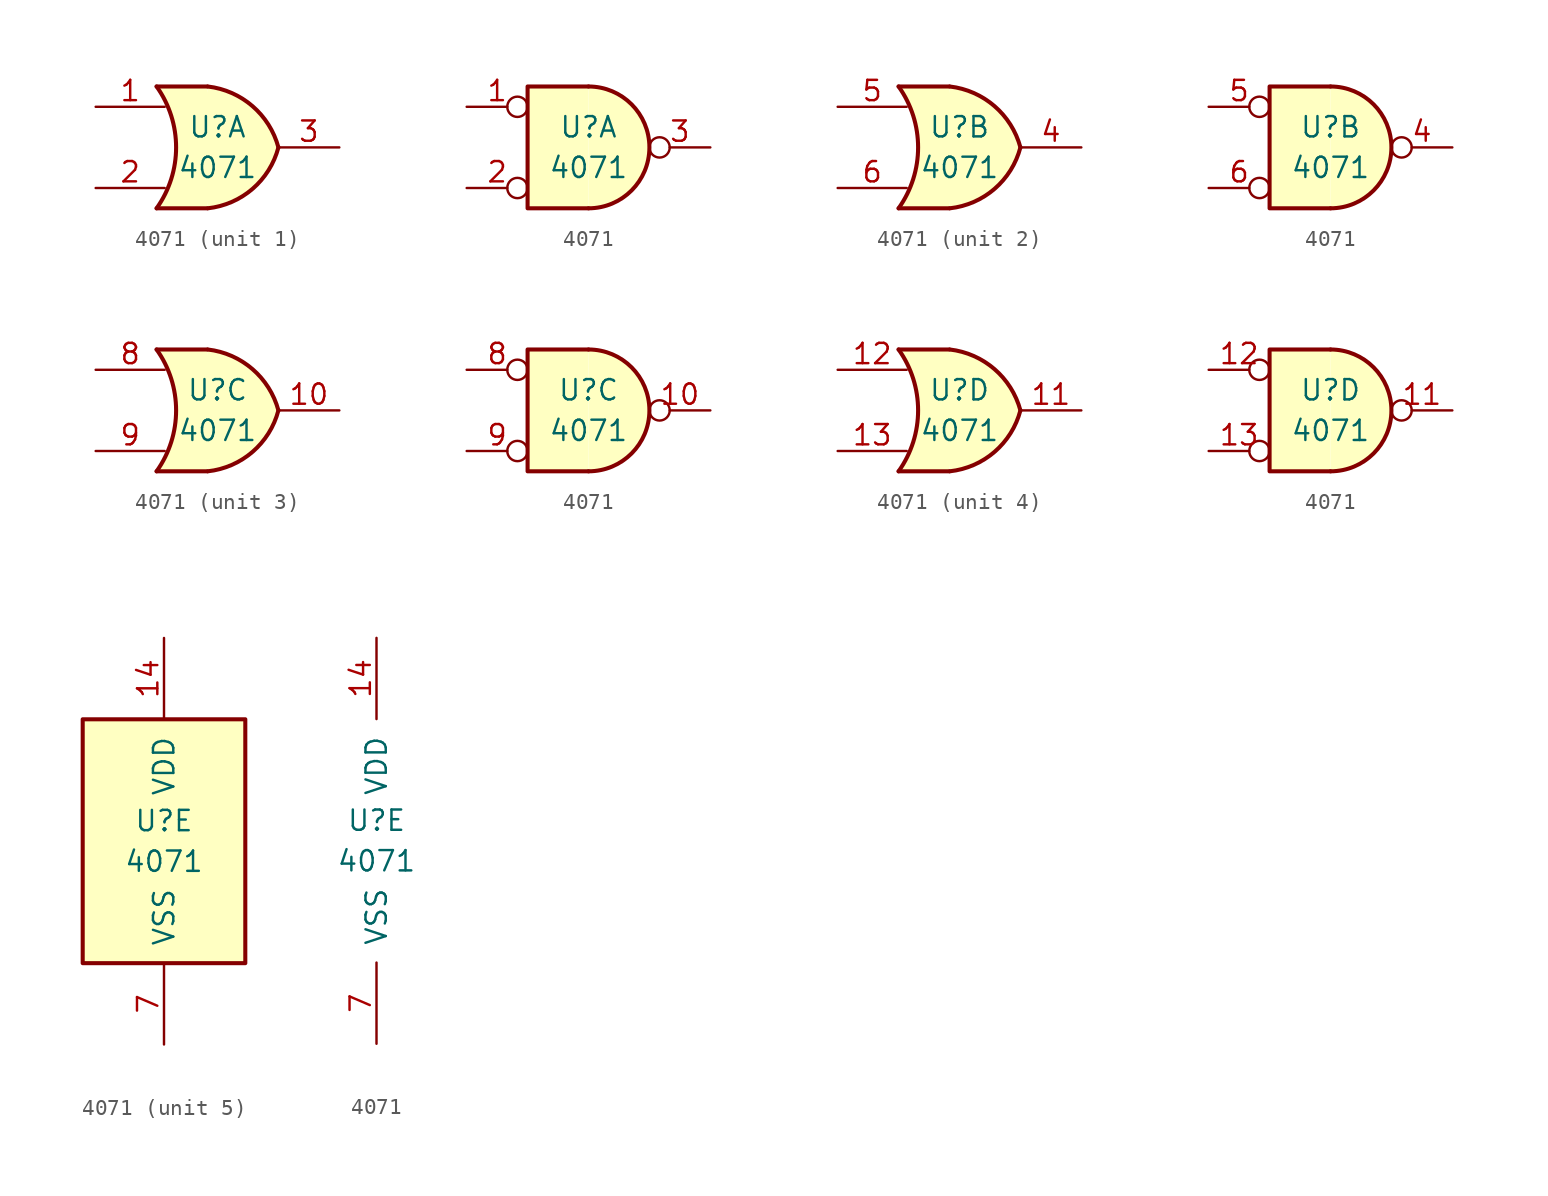
<source format=kicad_sym>
(kicad_symbol_lib
  (version 20201005)
  (generator kicad_symbol_editor)
  (symbol "4xxx:4071"
    (pin_names
      (offset 1.016))
    (property "Reference" "U"
      (at 0 1.27 0)
      (effects (font (size 1.27 1.27))))
    (property "Value" "4071"
      (at 0 -1.27 0)
      (effects (font (size 1.27 1.27))))
    (property "ki_locked" ""
      (at 0 0 0)
      (effects (font (size 1.27 1.27))))
    (symbol "4071_1_1"
      (arc (start -3.81 3.81) (end -3.81 -3.81) (radius (at -9.144 0) (length 6.5532) (angles 35.4 -35.4)) (stroke (width 0.254)) (fill (type none)))
      (arc (start 3.81 0) (end -0.6096 3.81) (radius (at -1.1938 -1.3208) (length 5.1816) (angles 15 83.7)) (stroke (width 0.254)) (fill (type background)))
      (arc (start 3.81 0) (end -0.6096 -3.81) (radius (at -1.1938 1.3208) (length 5.1816) (angles -15 -83.7)) (stroke (width 0.254)) (fill (type background)))
      (polyline (pts (xy -3.81 -3.81) (xy -0.635 -3.81)) (stroke (width 0.254)) (fill (type background)))
      (polyline (pts (xy -3.81 3.81) (xy -0.635 3.81)) (stroke (width 0.254)) (fill (type background)))
      (polyline (pts (xy -0.635 3.81) (xy -3.81 3.81) (xy -3.81 3.81) (xy -3.556 3.404) (xy -3.023 2.261) (xy -2.692 1.041) (xy -2.616 -0.254) (xy -2.769 -1.499) (xy -3.175 -2.718) (xy -3.81 -3.81) (xy -3.81 -3.81) (xy -0.635 -3.81)) (stroke (width -25.4)) (fill (type background)))
      (pin input line (at -7.62 2.54 0) (length 4.318) (name "~" (effects (font (size 1.27 1.27)))) (number "1" (effects (font (size 1.27 1.27)))))
      (pin input line (at -7.62 -2.54 0) (length 4.318) (name "~" (effects (font (size 1.27 1.27)))) (number "2" (effects (font (size 1.27 1.27)))))
      (pin output line (at 7.62 0 180) (length 3.81) (name "~" (effects (font (size 1.27 1.27)))) (number "3" (effects (font (size 1.27 1.27))))))
    (symbol "4071_1_2"
      (arc (start 0 -3.81) (end 0 3.81) (radius (at 0 0) (length 3.81) (angles -89.9 89.9)) (stroke (width 0.254)) (fill (type background)))
      (polyline (pts (xy 0 3.81) (xy -3.81 3.81) (xy -3.81 -3.81) (xy 0 -3.81)) (stroke (width 0.254)) (fill (type background)))
      (pin input inverted (at -7.62 2.54 0) (length 3.81) (name "~" (effects (font (size 1.27 1.27)))) (number "1" (effects (font (size 1.27 1.27)))))
      (pin input inverted (at -7.62 -2.54 0) (length 3.81) (name "~" (effects (font (size 1.27 1.27)))) (number "2" (effects (font (size 1.27 1.27)))))
      (pin output inverted (at 7.62 0 180) (length 3.81) (name "~" (effects (font (size 1.27 1.27)))) (number "3" (effects (font (size 1.27 1.27))))))
    (symbol "4071_2_1"
      (arc (start -3.81 3.81) (end -3.81 -3.81) (radius (at -9.144 0) (length 6.5532) (angles 35.4 -35.4)) (stroke (width 0.254)) (fill (type none)))
      (arc (start 3.81 0) (end -0.6096 3.81) (radius (at -1.1938 -1.3208) (length 5.1816) (angles 15 83.7)) (stroke (width 0.254)) (fill (type background)))
      (arc (start 3.81 0) (end -0.6096 -3.81) (radius (at -1.1938 1.3208) (length 5.1816) (angles -15 -83.7)) (stroke (width 0.254)) (fill (type background)))
      (polyline (pts (xy -3.81 -3.81) (xy -0.635 -3.81)) (stroke (width 0.254)) (fill (type background)))
      (polyline (pts (xy -3.81 3.81) (xy -0.635 3.81)) (stroke (width 0.254)) (fill (type background)))
      (polyline (pts (xy -0.635 3.81) (xy -3.81 3.81) (xy -3.81 3.81) (xy -3.556 3.404) (xy -3.023 2.261) (xy -2.692 1.041) (xy -2.616 -0.254) (xy -2.769 -1.499) (xy -3.175 -2.718) (xy -3.81 -3.81) (xy -3.81 -3.81) (xy -0.635 -3.81)) (stroke (width -25.4)) (fill (type background)))
      (pin output line (at 7.62 0 180) (length 3.81) (name "~" (effects (font (size 1.27 1.27)))) (number "4" (effects (font (size 1.27 1.27)))))
      (pin input line (at -7.62 2.54 0) (length 4.318) (name "~" (effects (font (size 1.27 1.27)))) (number "5" (effects (font (size 1.27 1.27)))))
      (pin input line (at -7.62 -2.54 0) (length 4.318) (name "~" (effects (font (size 1.27 1.27)))) (number "6" (effects (font (size 1.27 1.27))))))
    (symbol "4071_2_2"
      (arc (start 0 -3.81) (end 0 3.81) (radius (at 0 0) (length 3.81) (angles -89.9 89.9)) (stroke (width 0.254)) (fill (type background)))
      (polyline (pts (xy 0 3.81) (xy -3.81 3.81) (xy -3.81 -3.81) (xy 0 -3.81)) (stroke (width 0.254)) (fill (type background)))
      (pin output inverted (at 7.62 0 180) (length 3.81) (name "~" (effects (font (size 1.27 1.27)))) (number "4" (effects (font (size 1.27 1.27)))))
      (pin input inverted (at -7.62 2.54 0) (length 3.81) (name "~" (effects (font (size 1.27 1.27)))) (number "5" (effects (font (size 1.27 1.27)))))
      (pin input inverted (at -7.62 -2.54 0) (length 3.81) (name "~" (effects (font (size 1.27 1.27)))) (number "6" (effects (font (size 1.27 1.27))))))
    (symbol "4071_3_1"
      (arc (start -3.81 3.81) (end -3.81 -3.81) (radius (at -9.144 0) (length 6.5532) (angles 35.4 -35.4)) (stroke (width 0.254)) (fill (type none)))
      (arc (start 3.81 0) (end -0.6096 3.81) (radius (at -1.1938 -1.3208) (length 5.1816) (angles 15 83.7)) (stroke (width 0.254)) (fill (type background)))
      (arc (start 3.81 0) (end -0.6096 -3.81) (radius (at -1.1938 1.3208) (length 5.1816) (angles -15 -83.7)) (stroke (width 0.254)) (fill (type background)))
      (polyline (pts (xy -3.81 -3.81) (xy -0.635 -3.81)) (stroke (width 0.254)) (fill (type background)))
      (polyline (pts (xy -3.81 3.81) (xy -0.635 3.81)) (stroke (width 0.254)) (fill (type background)))
      (polyline (pts (xy -0.635 3.81) (xy -3.81 3.81) (xy -3.81 3.81) (xy -3.556 3.404) (xy -3.023 2.261) (xy -2.692 1.041) (xy -2.616 -0.254) (xy -2.769 -1.499) (xy -3.175 -2.718) (xy -3.81 -3.81) (xy -3.81 -3.81) (xy -0.635 -3.81)) (stroke (width -25.4)) (fill (type background)))
      (pin output line (at 7.62 0 180) (length 3.81) (name "~" (effects (font (size 1.27 1.27)))) (number "10" (effects (font (size 1.27 1.27)))))
      (pin input line (at -7.62 2.54 0) (length 4.318) (name "~" (effects (font (size 1.27 1.27)))) (number "8" (effects (font (size 1.27 1.27)))))
      (pin input line (at -7.62 -2.54 0) (length 4.318) (name "~" (effects (font (size 1.27 1.27)))) (number "9" (effects (font (size 1.27 1.27))))))
    (symbol "4071_3_2"
      (arc (start 0 -3.81) (end 0 3.81) (radius (at 0 0) (length 3.81) (angles -89.9 89.9)) (stroke (width 0.254)) (fill (type background)))
      (polyline (pts (xy 0 3.81) (xy -3.81 3.81) (xy -3.81 -3.81) (xy 0 -3.81)) (stroke (width 0.254)) (fill (type background)))
      (pin output inverted (at 7.62 0 180) (length 3.81) (name "~" (effects (font (size 1.27 1.27)))) (number "10" (effects (font (size 1.27 1.27)))))
      (pin input inverted (at -7.62 2.54 0) (length 3.81) (name "~" (effects (font (size 1.27 1.27)))) (number "8" (effects (font (size 1.27 1.27)))))
      (pin input inverted (at -7.62 -2.54 0) (length 3.81) (name "~" (effects (font (size 1.27 1.27)))) (number "9" (effects (font (size 1.27 1.27))))))
    (symbol "4071_4_1"
      (arc (start -3.81 3.81) (end -3.81 -3.81) (radius (at -9.144 0) (length 6.5532) (angles 35.4 -35.4)) (stroke (width 0.254)) (fill (type none)))
      (arc (start 3.81 0) (end -0.6096 3.81) (radius (at -1.1938 -1.3208) (length 5.1816) (angles 15 83.7)) (stroke (width 0.254)) (fill (type background)))
      (arc (start 3.81 0) (end -0.6096 -3.81) (radius (at -1.1938 1.3208) (length 5.1816) (angles -15 -83.7)) (stroke (width 0.254)) (fill (type background)))
      (polyline (pts (xy -3.81 -3.81) (xy -0.635 -3.81)) (stroke (width 0.254)) (fill (type background)))
      (polyline (pts (xy -3.81 3.81) (xy -0.635 3.81)) (stroke (width 0.254)) (fill (type background)))
      (polyline (pts (xy -0.635 3.81) (xy -3.81 3.81) (xy -3.81 3.81) (xy -3.556 3.404) (xy -3.023 2.261) (xy -2.692 1.041) (xy -2.616 -0.254) (xy -2.769 -1.499) (xy -3.175 -2.718) (xy -3.81 -3.81) (xy -3.81 -3.81) (xy -0.635 -3.81)) (stroke (width -25.4)) (fill (type background)))
      (pin output line (at 7.62 0 180) (length 3.81) (name "~" (effects (font (size 1.27 1.27)))) (number "11" (effects (font (size 1.27 1.27)))))
      (pin input line (at -7.62 2.54 0) (length 4.318) (name "~" (effects (font (size 1.27 1.27)))) (number "12" (effects (font (size 1.27 1.27)))))
      (pin input line (at -7.62 -2.54 0) (length 4.318) (name "~" (effects (font (size 1.27 1.27)))) (number "13" (effects (font (size 1.27 1.27))))))
    (symbol "4071_4_2"
      (arc (start 0 -3.81) (end 0 3.81) (radius (at 0 0) (length 3.81) (angles -89.9 89.9)) (stroke (width 0.254)) (fill (type background)))
      (polyline (pts (xy 0 3.81) (xy -3.81 3.81) (xy -3.81 -3.81) (xy 0 -3.81)) (stroke (width 0.254)) (fill (type background)))
      (pin output inverted (at 7.62 0 180) (length 3.81) (name "~" (effects (font (size 1.27 1.27)))) (number "11" (effects (font (size 1.27 1.27)))))
      (pin input inverted (at -7.62 2.54 0) (length 3.81) (name "~" (effects (font (size 1.27 1.27)))) (number "12" (effects (font (size 1.27 1.27)))))
      (pin input inverted (at -7.62 -2.54 0) (length 3.81) (name "~" (effects (font (size 1.27 1.27)))) (number "13" (effects (font (size 1.27 1.27))))))
    (symbol "4071_5_0"
      (pin power_in line (at 0 12.7 270) (length 5.08) (name "VDD" (effects (font (size 1.27 1.27)))) (number "14" (effects (font (size 1.27 1.27)))))
      (pin power_in line (at 0 -12.7 90) (length 5.08) (name "VSS" (effects (font (size 1.27 1.27)))) (number "7" (effects (font (size 1.27 1.27))))))
    (symbol "4071_5_1"
      (rectangle (start -5.08 7.62) (end 5.08 -7.62) (stroke (width 0.254)) (fill (type background))))))
</source>
